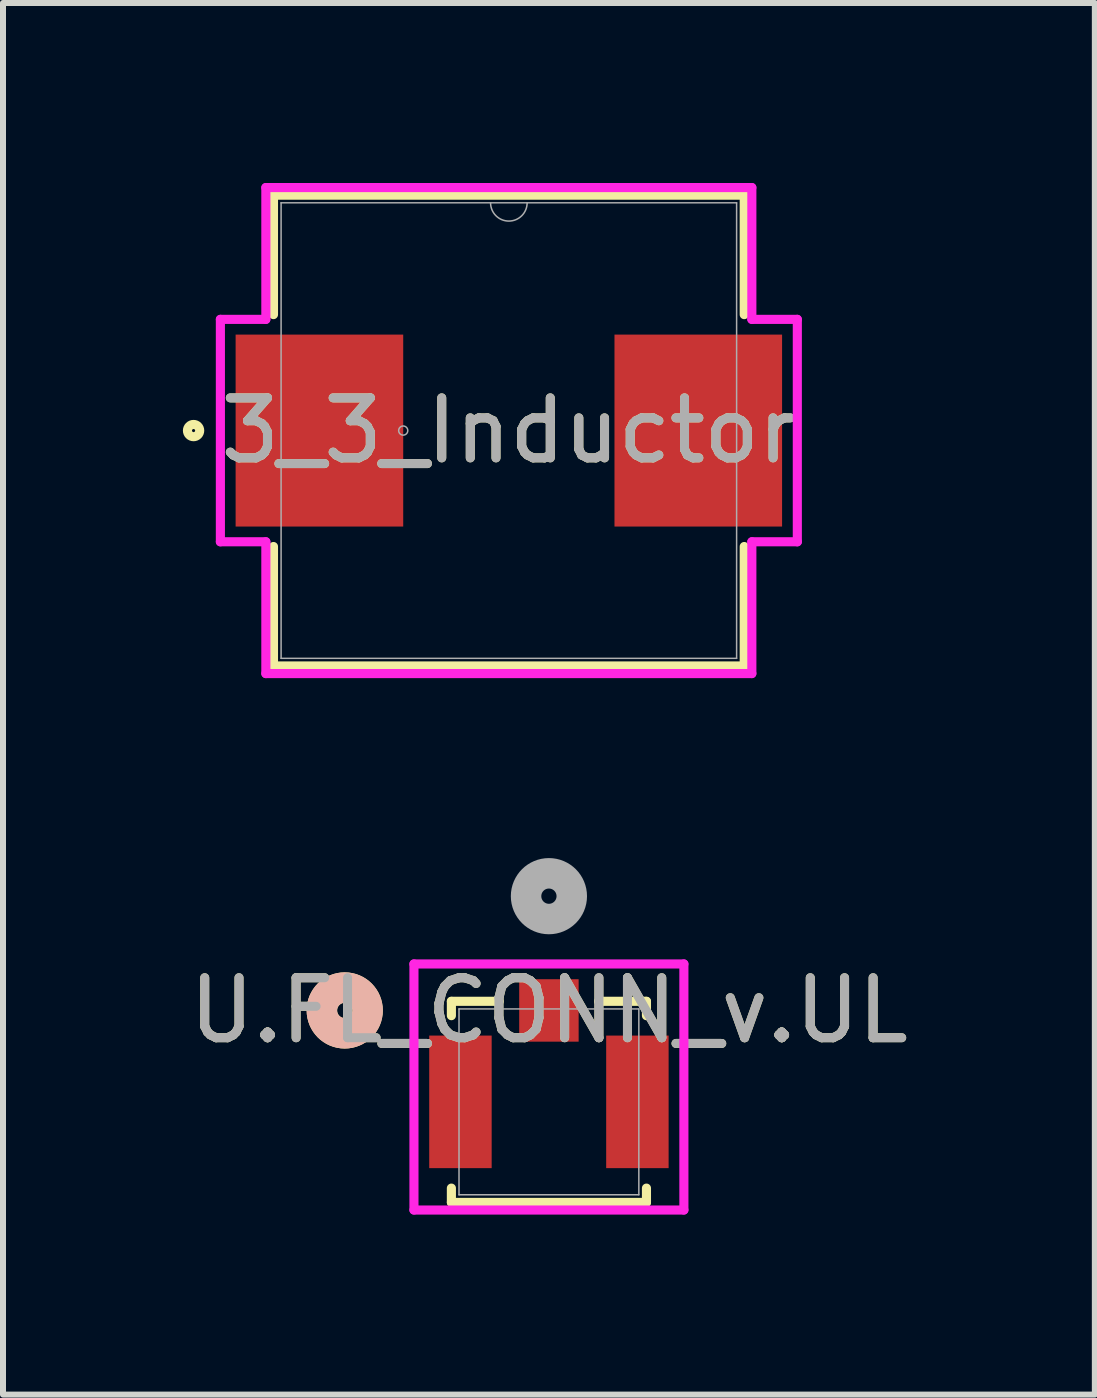
<source format=kicad_pcb>
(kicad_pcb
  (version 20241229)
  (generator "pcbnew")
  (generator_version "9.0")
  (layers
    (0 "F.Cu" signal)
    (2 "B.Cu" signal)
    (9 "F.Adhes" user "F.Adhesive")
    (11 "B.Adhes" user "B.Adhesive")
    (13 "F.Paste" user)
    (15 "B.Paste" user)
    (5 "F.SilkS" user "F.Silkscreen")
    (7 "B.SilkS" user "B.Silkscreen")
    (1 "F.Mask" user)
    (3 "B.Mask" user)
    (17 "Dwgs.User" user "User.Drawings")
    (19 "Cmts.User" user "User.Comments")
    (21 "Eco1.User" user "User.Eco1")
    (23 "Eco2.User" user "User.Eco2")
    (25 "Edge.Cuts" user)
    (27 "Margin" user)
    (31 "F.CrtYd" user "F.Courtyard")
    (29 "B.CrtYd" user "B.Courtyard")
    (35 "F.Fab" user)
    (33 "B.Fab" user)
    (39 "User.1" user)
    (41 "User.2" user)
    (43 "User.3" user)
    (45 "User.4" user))
  (footprint "U.FL_CONN_v.UL"
    (layer "F.Cu")
    (at 6.101 15.319)
    (property "Reference" "U.FL_CONN_v.UL" (at 0 -1.524 0) (unlocked yes) (layer "F.SilkS") (effects (font (size 1 1) (thickness 0.15))))
    (attr smd)
    (fp_line (start -1.626 -1.676) (end -1.626 -1.437) (stroke (width 0.152) (type solid)) (layer "F.SilkS"))
    (fp_line (start -1.626 1.438) (end -1.626 1.676) (stroke (width 0.152) (type solid)) (layer "F.SilkS"))
    (fp_line (start -1.626 1.676) (end 1.626 1.676) (stroke (width 0.152) (type solid)) (layer "F.SilkS"))
    (fp_line (start -0.828 -1.676) (end -1.626 -1.676) (stroke (width 0.152) (type solid)) (layer "F.SilkS"))
    (fp_line (start 1.626 -1.676) (end 0.828 -1.676) (stroke (width 0.152) (type solid)) (layer "F.SilkS"))
    (fp_line (start 1.626 -1.437) (end 1.626 -1.676) (stroke (width 0.152) (type solid)) (layer "F.SilkS"))
    (fp_line (start 1.626 1.676) (end 1.626 1.438) (stroke (width 0.152) (type solid)) (layer "F.SilkS"))
    (fp_circle (center -3.404 -1.524) (end -3.023 -1.524) (stroke (width 0.508) (type solid)) (fill no) (layer "F.SilkS"))
    (fp_circle (center -3.404 -1.524) (end -3.023 -1.524) (stroke (width 0.508) (type solid)) (fill no) (layer "B.SilkS"))
    (fp_line (start -2.25 -2.299) (end -2.25 1.803) (stroke (width 0.152) (type solid)) (layer "F.CrtYd"))
    (fp_line (start -2.25 1.803) (end 2.25 1.803) (stroke (width 0.152) (type solid)) (layer "F.CrtYd"))
    (fp_line (start 2.25 -2.299) (end -2.25 -2.299) (stroke (width 0.152) (type solid)) (layer "F.CrtYd"))
    (fp_line (start 2.25 1.803) (end 2.25 -2.299) (stroke (width 0.152) (type solid)) (layer "F.CrtYd"))
    (fp_line (start -1.499 -1.549) (end -1.499 1.549) (stroke (width 0.025) (type solid)) (layer "F.Fab"))
    (fp_line (start -1.499 1.549) (end 1.499 1.549) (stroke (width 0.025) (type solid)) (layer "F.Fab"))
    (fp_line (start 1.499 -1.549) (end -1.499 -1.549) (stroke (width 0.025) (type solid)) (layer "F.Fab"))
    (fp_line (start 1.499 1.549) (end 1.499 -1.549) (stroke (width 0.025) (type solid)) (layer "F.Fab"))
    (fp_circle (center 0 -3.429) (end 0.381 -3.429) (stroke (width 0.508) (type solid)) (fill no) (layer "F.Fab"))
    (fp_text user "${REFERENCE}" (at 0 -1.524 0) (unlocked yes) (layer "F.Fab") (effects (font (size 1 1) (thickness 0.15))))
    (pad "1" smd rect (at 0 -1.524) (size 0.991 1.041) (layers "F.Cu" "F.Mask" "F.Paste"))
    (pad "2" smd rect (at -1.475 0) (size 1.041 2.21) (layers "F.Cu" "F.Mask" "F.Paste"))
    (pad "3" smd rect (at 1.475 0) (size 1.041 2.21) (layers "F.Cu" "F.Mask" "F.Paste")))
  (footprint "3_3_Inductor"
    (layer "F.Cu")
    (at 5.433 4.128)
    (property "Reference" "3_3_Inductor" (at 0 0 0) (unlocked yes) (layer "F.SilkS") (effects (font (size 1 1) (thickness 0.15))))
    (attr smd)
    (fp_line (start -3.924 -3.924) (end -3.924 -1.933) (stroke (width 0.152) (type solid)) (layer "F.SilkS"))
    (fp_line (start -3.924 1.933) (end -3.924 3.924) (stroke (width 0.152) (type solid)) (layer "F.SilkS"))
    (fp_line (start -3.924 3.924) (end 3.924 3.924) (stroke (width 0.152) (type solid)) (layer "F.SilkS"))
    (fp_line (start 3.924 -3.924) (end -3.924 -3.924) (stroke (width 0.152) (type solid)) (layer "F.SilkS"))
    (fp_line (start 3.924 -1.933) (end 3.924 -3.924) (stroke (width 0.152) (type solid)) (layer "F.SilkS"))
    (fp_line (start 3.924 3.924) (end 3.924 1.933) (stroke (width 0.152) (type solid)) (layer "F.SilkS"))
    (fp_circle (center -5.256 0) (end -5.154 0) (stroke (width 0.152) (type solid)) (fill no) (layer "F.SilkS"))
    (fp_line (start -4.809 -1.854) (end -4.051 -1.854) (stroke (width 0.152) (type solid)) (layer "F.CrtYd"))
    (fp_line (start -4.809 1.854) (end -4.809 -1.854) (stroke (width 0.152) (type solid)) (layer "F.CrtYd"))
    (fp_line (start -4.809 1.854) (end -4.051 1.854) (stroke (width 0.152) (type solid)) (layer "F.CrtYd"))
    (fp_line (start -4.051 -4.051) (end 4.051 -4.051) (stroke (width 0.152) (type solid)) (layer "F.CrtYd"))
    (fp_line (start -4.051 -1.854) (end -4.051 -4.051) (stroke (width 0.152) (type solid)) (layer "F.CrtYd"))
    (fp_line (start -4.051 4.051) (end -4.051 1.854) (stroke (width 0.152) (type solid)) (layer "F.CrtYd"))
    (fp_line (start 4.051 -4.051) (end 4.051 -1.854) (stroke (width 0.152) (type solid)) (layer "F.CrtYd"))
    (fp_line (start 4.051 1.854) (end 4.051 4.051) (stroke (width 0.152) (type solid)) (layer "F.CrtYd"))
    (fp_line (start 4.051 4.051) (end -4.051 4.051) (stroke (width 0.152) (type solid)) (layer "F.CrtYd"))
    (fp_line (start 4.809 -1.854) (end 4.051 -1.854) (stroke (width 0.152) (type solid)) (layer "F.CrtYd"))
    (fp_line (start 4.809 -1.854) (end 4.809 1.854) (stroke (width 0.152) (type solid)) (layer "F.CrtYd"))
    (fp_line (start 4.809 1.854) (end 4.051 1.854) (stroke (width 0.152) (type solid)) (layer "F.CrtYd"))
    (fp_line (start -3.797 -3.797) (end -3.797 3.797) (stroke (width 0.025) (type solid)) (layer "F.Fab"))
    (fp_line (start -3.797 3.797) (end 3.797 3.797) (stroke (width 0.025) (type solid)) (layer "F.Fab"))
    (fp_line (start 3.797 -3.797) (end -3.797 -3.797) (stroke (width 0.025) (type solid)) (layer "F.Fab"))
    (fp_line (start 3.797 3.797) (end 3.797 -3.797) (stroke (width 0.025) (type solid)) (layer "F.Fab"))
    (fp_arc (start 0.3048 -3.7973) (mid 0 -3.4925) (end -0.3048 -3.7973) (stroke (width 0.0254) (type solid)) (layer "F.Fab"))
    (fp_circle (center -1.761 0) (end -1.685 0) (stroke (width 0.025) (type solid)) (fill no) (layer "F.Fab"))
    (fp_text user "${REFERENCE}" (at 0 0 0) (unlocked yes) (layer "F.Fab") (effects (font (size 1 1) (thickness 0.15))))
    (pad "1" smd rect (at -3.158 0) (size 2.794 3.2) (layers "F.Cu" "F.Mask" "F.Paste"))
    (pad "2" smd rect (at 3.158 0) (size 2.794 3.2) (layers "F.Cu" "F.Mask" "F.Paste")))
  (gr_rect
    (start -3 -3)
    (end 15.202 20.199)
    (stroke (width 0.1) (type default))
    (fill no)
    (layer "Edge.Cuts")))
</source>
